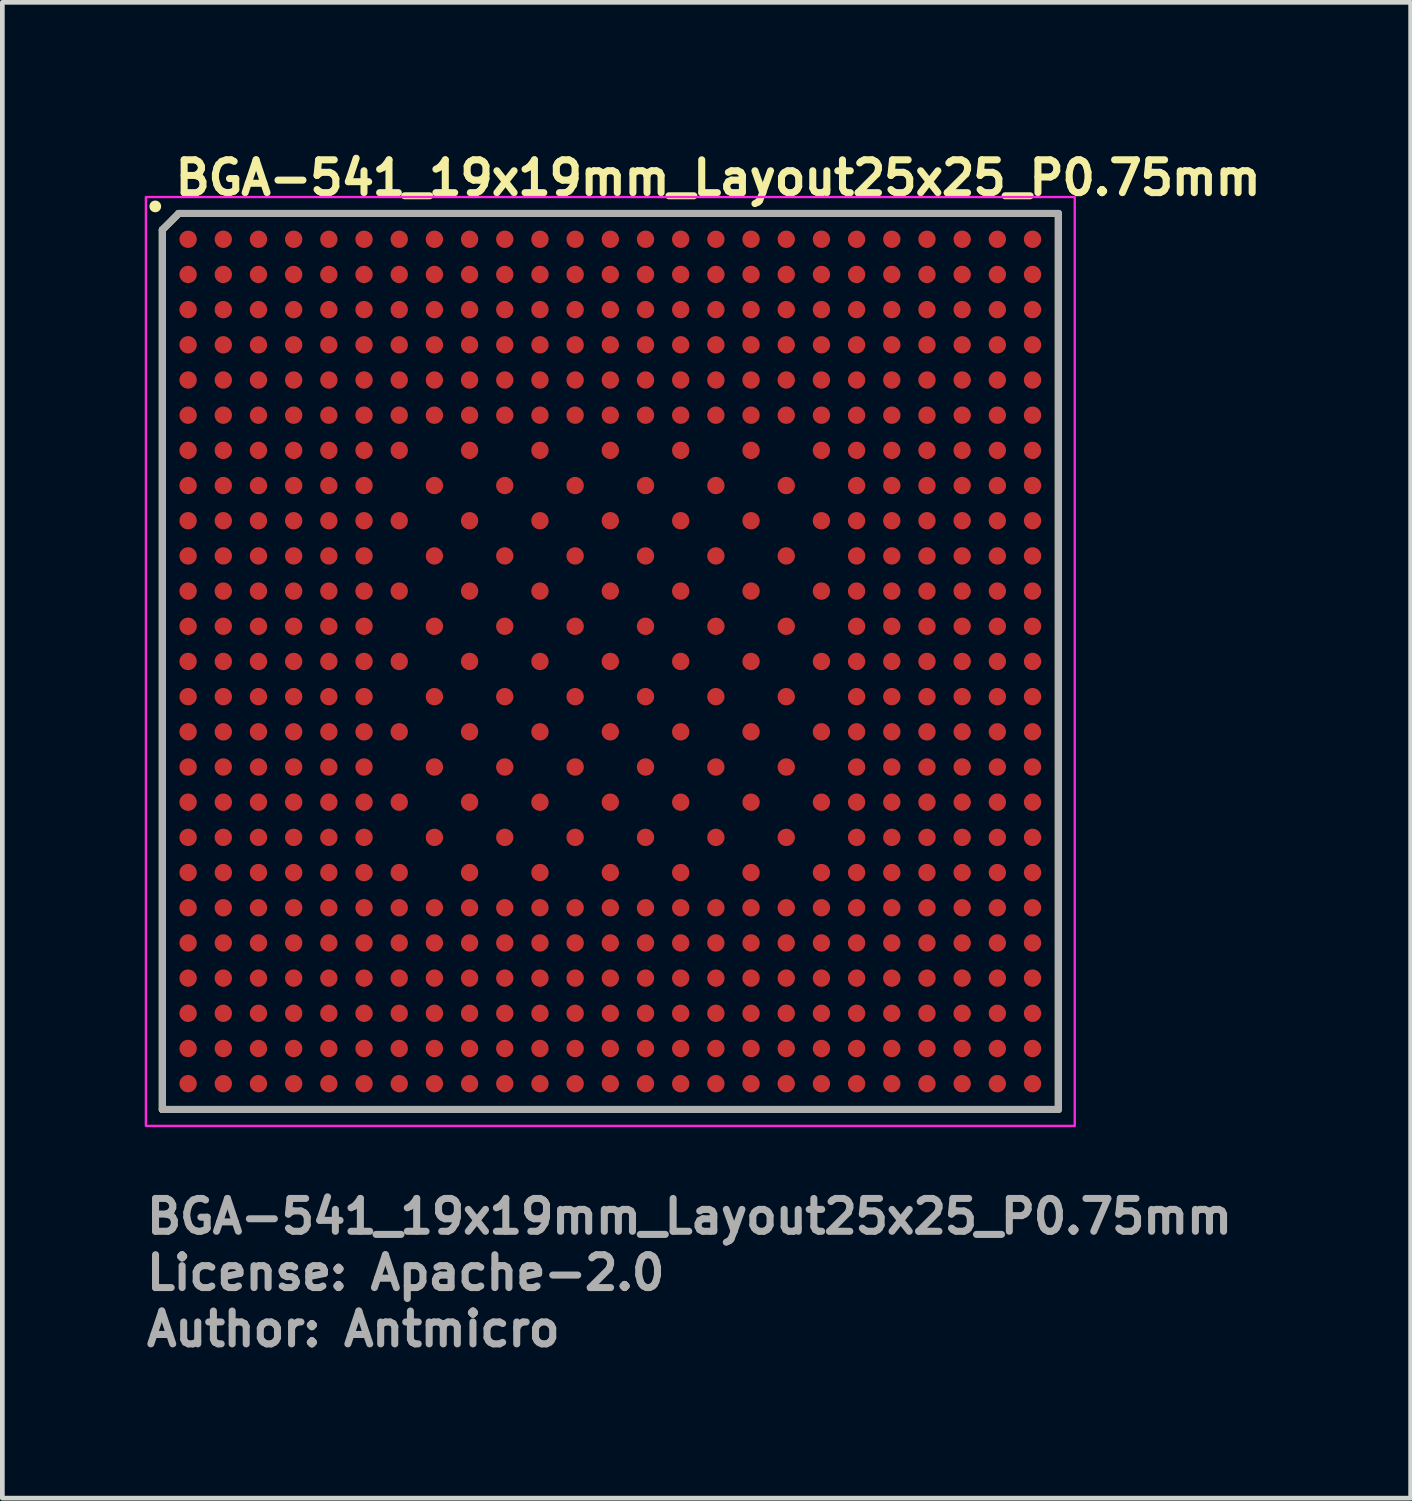
<source format=kicad_pcb>
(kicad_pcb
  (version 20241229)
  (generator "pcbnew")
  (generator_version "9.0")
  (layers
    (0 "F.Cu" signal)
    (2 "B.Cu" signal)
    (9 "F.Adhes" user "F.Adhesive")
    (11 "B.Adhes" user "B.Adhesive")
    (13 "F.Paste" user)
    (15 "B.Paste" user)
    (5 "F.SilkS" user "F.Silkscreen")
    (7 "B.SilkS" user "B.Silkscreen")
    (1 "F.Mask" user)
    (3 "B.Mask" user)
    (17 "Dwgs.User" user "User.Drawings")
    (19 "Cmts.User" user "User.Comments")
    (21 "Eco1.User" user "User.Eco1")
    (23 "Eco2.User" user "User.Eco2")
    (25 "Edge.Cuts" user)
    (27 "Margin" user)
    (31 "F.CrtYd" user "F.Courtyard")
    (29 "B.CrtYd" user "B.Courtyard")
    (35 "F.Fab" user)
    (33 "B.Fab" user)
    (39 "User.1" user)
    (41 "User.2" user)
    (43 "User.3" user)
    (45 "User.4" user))
  (footprint "BGA-541_19x19mm_Layout25x25_P0.75mm"
    (layer "F.Cu")
    (at 9.96 11.05)
    (property "Reference" "BGA-541_19x19mm_Layout25x25_P0.75mm" (at -9.35 -9.9 0) (layer "F.SilkS") (effects (font (size 0.7 0.7) (thickness 0.15)) (justify left bottom)))
    (attr smd)
    (fp_line (start -9.55 -9.2) (end -9.55 9.55) (stroke (width 0.15) (type solid)) (layer "F.SilkS"))
    (fp_line (start -9.55 -9.2) (end -9.2 -9.55) (stroke (width 0.15) (type solid)) (layer "F.SilkS"))
    (fp_line (start -9.55 9.55) (end 9.55 9.55) (stroke (width 0.15) (type solid)) (layer "F.SilkS"))
    (fp_line (start 9.55 -9.55) (end -9.2 -9.55) (stroke (width 0.15) (type solid)) (layer "F.SilkS"))
    (fp_line (start 9.55 9.55) (end 9.55 -9.55) (stroke (width 0.15) (type solid)) (layer "F.SilkS"))
    (fp_circle (center -9.7 -9.7) (end -9.65 -9.7) (stroke (width 0.15) (type solid)) (fill yes) (layer "F.SilkS"))
    (fp_rect (start -9.9 -9.9) (end 9.9 9.9) (stroke (width 0.05) (type solid)) (fill no) (layer "F.CrtYd"))
    (fp_line (start -9.55 -9.2) (end -9.55 9.55) (stroke (width 0.15) (type solid)) (layer "F.Fab"))
    (fp_line (start -9.55 -9.2) (end -9.2 -9.55) (stroke (width 0.15) (type solid)) (layer "F.Fab"))
    (fp_line (start -9.55 9.55) (end 9.55 9.55) (stroke (width 0.15) (type solid)) (layer "F.Fab"))
    (fp_line (start 9.55 -9.55) (end -9.2 -9.55) (stroke (width 0.15) (type solid)) (layer "F.Fab"))
    (fp_line (start 9.55 9.55) (end 9.55 -9.55) (stroke (width 0.15) (type solid)) (layer "F.Fab"))
    (fp_rect (start -9.5 -9.5) (end 9.5 9.5) (stroke (width 0.1) (type solid)) (fill no) (layer "User.5"))
    (fp_line (start -9.5 -9.5) (end 9.5 -9.5) (stroke (width 0.02) (type solid)) (layer "User.9"))
    (fp_line (start -9.5 9.5) (end -9.5 -9.5) (stroke (width 0.02) (type solid)) (layer "User.9"))
    (fp_line (start -9.5 9.5) (end 9.5 9.5) (stroke (width 0.02) (type solid)) (layer "User.9"))
    (fp_line (start 9.5 9.5) (end 9.5 -9.5) (stroke (width 0.02) (type solid)) (layer "User.9"))
    (fp_circle (center -7.13 -7.13) (end -5.95 -7.14) (stroke (width 0.02) (type default)) (fill no) (layer "User.9"))
    (fp_text user "Author: Antmicro" (at -9.96 14.64 0) (layer "F.Fab") (effects (font (size 0.7 0.7) (thickness 0.15)) (justify left bottom)))
    (fp_text user "License: Apache-2.0" (at -9.96 13.44 0) (layer "F.Fab") (effects (font (size 0.7 0.7) (thickness 0.15)) (justify left bottom)))
    (fp_text user "${REFERENCE}" (at -9.96 12.24 0) (layer "F.Fab") (effects (font (size 0.7 0.7) (thickness 0.15)) (justify left bottom)))
    (pad "A1" smd circle (at -9 -9) (size 0.37 0.37) (layers "F.Cu" "F.Mask" "F.Paste"))
    (pad "A2" smd circle (at -8.25 -9) (size 0.37 0.37) (layers "F.Cu" "F.Mask" "F.Paste"))
    (pad "A3" smd circle (at -7.5 -9) (size 0.37 0.37) (layers "F.Cu" "F.Mask" "F.Paste"))
    (pad "A4" smd circle (at -6.75 -9) (size 0.37 0.37) (layers "F.Cu" "F.Mask" "F.Paste"))
    (pad "A5" smd circle (at -6 -9) (size 0.37 0.37) (layers "F.Cu" "F.Mask" "F.Paste"))
    (pad "A6" smd circle (at -5.25 -9) (size 0.37 0.37) (layers "F.Cu" "F.Mask" "F.Paste"))
    (pad "A7" smd circle (at -4.5 -9) (size 0.37 0.37) (layers "F.Cu" "F.Mask" "F.Paste"))
    (pad "A8" smd circle (at -3.75 -9) (size 0.37 0.37) (layers "F.Cu" "F.Mask" "F.Paste"))
    (pad "A9" smd circle (at -3 -9) (size 0.37 0.37) (layers "F.Cu" "F.Mask" "F.Paste"))
    (pad "A10" smd circle (at -2.25 -9) (size 0.37 0.37) (layers "F.Cu" "F.Mask" "F.Paste"))
    (pad "A11" smd circle (at -1.5 -9) (size 0.37 0.37) (layers "F.Cu" "F.Mask" "F.Paste"))
    (pad "A12" smd circle (at -0.75 -9) (size 0.37 0.37) (layers "F.Cu" "F.Mask" "F.Paste"))
    (pad "A13" smd circle (at 0 -9) (size 0.37 0.37) (layers "F.Cu" "F.Mask" "F.Paste"))
    (pad "A14" smd circle (at 0.75 -9) (size 0.37 0.37) (layers "F.Cu" "F.Mask" "F.Paste"))
    (pad "A15" smd circle (at 1.5 -9) (size 0.37 0.37) (layers "F.Cu" "F.Mask" "F.Paste"))
    (pad "A16" smd circle (at 2.25 -9) (size 0.37 0.37) (layers "F.Cu" "F.Mask" "F.Paste"))
    (pad "A17" smd circle (at 3 -9) (size 0.37 0.37) (layers "F.Cu" "F.Mask" "F.Paste"))
    (pad "A18" smd circle (at 3.75 -9) (size 0.37 0.37) (layers "F.Cu" "F.Mask" "F.Paste"))
    (pad "A19" smd circle (at 4.5 -9) (size 0.37 0.37) (layers "F.Cu" "F.Mask" "F.Paste"))
    (pad "A20" smd circle (at 5.25 -9) (size 0.37 0.37) (layers "F.Cu" "F.Mask" "F.Paste"))
    (pad "A21" smd circle (at 6 -9) (size 0.37 0.37) (layers "F.Cu" "F.Mask" "F.Paste"))
    (pad "A22" smd circle (at 6.75 -9) (size 0.37 0.37) (layers "F.Cu" "F.Mask" "F.Paste"))
    (pad "A23" smd circle (at 7.5 -9) (size 0.37 0.37) (layers "F.Cu" "F.Mask" "F.Paste"))
    (pad "A24" smd circle (at 8.25 -9) (size 0.37 0.37) (layers "F.Cu" "F.Mask" "F.Paste"))
    (pad "A25" smd circle (at 9 -9) (size 0.37 0.37) (layers "F.Cu" "F.Mask" "F.Paste"))
    (pad "AA1" smd circle (at -9 6) (size 0.37 0.37) (layers "F.Cu" "F.Mask" "F.Paste"))
    (pad "AA2" smd circle (at -8.25 6) (size 0.37 0.37) (layers "F.Cu" "F.Mask" "F.Paste"))
    (pad "AA3" smd circle (at -7.5 6) (size 0.37 0.37) (layers "F.Cu" "F.Mask" "F.Paste"))
    (pad "AA4" smd circle (at -6.75 6) (size 0.37 0.37) (layers "F.Cu" "F.Mask" "F.Paste"))
    (pad "AA5" smd circle (at -6 6) (size 0.37 0.37) (layers "F.Cu" "F.Mask" "F.Paste"))
    (pad "AA6" smd circle (at -5.25 6) (size 0.37 0.37) (layers "F.Cu" "F.Mask" "F.Paste"))
    (pad "AA7" smd circle (at -4.5 6) (size 0.37 0.37) (layers "F.Cu" "F.Mask" "F.Paste"))
    (pad "AA8" smd circle (at -3.75 6) (size 0.37 0.37) (layers "F.Cu" "F.Mask" "F.Paste"))
    (pad "AA9" smd circle (at -3 6) (size 0.37 0.37) (layers "F.Cu" "F.Mask" "F.Paste"))
    (pad "AA10" smd circle (at -2.25 6) (size 0.37 0.37) (layers "F.Cu" "F.Mask" "F.Paste"))
    (pad "AA11" smd circle (at -1.5 6) (size 0.37 0.37) (layers "F.Cu" "F.Mask" "F.Paste"))
    (pad "AA12" smd circle (at -0.75 6) (size 0.37 0.37) (layers "F.Cu" "F.Mask" "F.Paste"))
    (pad "AA13" smd circle (at 0 6) (size 0.37 0.37) (layers "F.Cu" "F.Mask" "F.Paste"))
    (pad "AA14" smd circle (at 0.75 6) (size 0.37 0.37) (layers "F.Cu" "F.Mask" "F.Paste"))
    (pad "AA15" smd circle (at 1.5 6) (size 0.37 0.37) (layers "F.Cu" "F.Mask" "F.Paste"))
    (pad "AA16" smd circle (at 2.25 6) (size 0.37 0.37) (layers "F.Cu" "F.Mask" "F.Paste"))
    (pad "AA17" smd circle (at 3 6) (size 0.37 0.37) (layers "F.Cu" "F.Mask" "F.Paste"))
    (pad "AA18" smd circle (at 3.75 6) (size 0.37 0.37) (layers "F.Cu" "F.Mask" "F.Paste"))
    (pad "AA19" smd circle (at 4.5 6) (size 0.37 0.37) (layers "F.Cu" "F.Mask" "F.Paste"))
    (pad "AA20" smd circle (at 5.25 6) (size 0.37 0.37) (layers "F.Cu" "F.Mask" "F.Paste"))
    (pad "AA21" smd circle (at 6 6) (size 0.37 0.37) (layers "F.Cu" "F.Mask" "F.Paste"))
    (pad "AA22" smd circle (at 6.75 6) (size 0.37 0.37) (layers "F.Cu" "F.Mask" "F.Paste"))
    (pad "AA23" smd circle (at 7.5 6) (size 0.37 0.37) (layers "F.Cu" "F.Mask" "F.Paste"))
    (pad "AA24" smd circle (at 8.25 6) (size 0.37 0.37) (layers "F.Cu" "F.Mask" "F.Paste"))
    (pad "AA25" smd circle (at 9 6) (size 0.37 0.37) (layers "F.Cu" "F.Mask" "F.Paste"))
    (pad "AB1" smd circle (at -9 6.75) (size 0.37 0.37) (layers "F.Cu" "F.Mask" "F.Paste"))
    (pad "AB2" smd circle (at -8.25 6.75) (size 0.37 0.37) (layers "F.Cu" "F.Mask" "F.Paste"))
    (pad "AB3" smd circle (at -7.5 6.75) (size 0.37 0.37) (layers "F.Cu" "F.Mask" "F.Paste"))
    (pad "AB4" smd circle (at -6.75 6.75) (size 0.37 0.37) (layers "F.Cu" "F.Mask" "F.Paste"))
    (pad "AB5" smd circle (at -6 6.75) (size 0.37 0.37) (layers "F.Cu" "F.Mask" "F.Paste"))
    (pad "AB6" smd circle (at -5.25 6.75) (size 0.37 0.37) (layers "F.Cu" "F.Mask" "F.Paste"))
    (pad "AB7" smd circle (at -4.5 6.75) (size 0.37 0.37) (layers "F.Cu" "F.Mask" "F.Paste"))
    (pad "AB8" smd circle (at -3.75 6.75) (size 0.37 0.37) (layers "F.Cu" "F.Mask" "F.Paste"))
    (pad "AB9" smd circle (at -3 6.75) (size 0.37 0.37) (layers "F.Cu" "F.Mask" "F.Paste"))
    (pad "AB10" smd circle (at -2.25 6.75) (size 0.37 0.37) (layers "F.Cu" "F.Mask" "F.Paste"))
    (pad "AB11" smd circle (at -1.5 6.75) (size 0.37 0.37) (layers "F.Cu" "F.Mask" "F.Paste"))
    (pad "AB12" smd circle (at -0.75 6.75) (size 0.37 0.37) (layers "F.Cu" "F.Mask" "F.Paste"))
    (pad "AB13" smd circle (at 0 6.75) (size 0.37 0.37) (layers "F.Cu" "F.Mask" "F.Paste"))
    (pad "AB14" smd circle (at 0.75 6.75) (size 0.37 0.37) (layers "F.Cu" "F.Mask" "F.Paste"))
    (pad "AB15" smd circle (at 1.5 6.75) (size 0.37 0.37) (layers "F.Cu" "F.Mask" "F.Paste"))
    (pad "AB16" smd circle (at 2.25 6.75) (size 0.37 0.37) (layers "F.Cu" "F.Mask" "F.Paste"))
    (pad "AB17" smd circle (at 3 6.75) (size 0.37 0.37) (layers "F.Cu" "F.Mask" "F.Paste"))
    (pad "AB18" smd circle (at 3.75 6.75) (size 0.37 0.37) (layers "F.Cu" "F.Mask" "F.Paste"))
    (pad "AB19" smd circle (at 4.5 6.75) (size 0.37 0.37) (layers "F.Cu" "F.Mask" "F.Paste"))
    (pad "AB20" smd circle (at 5.25 6.75) (size 0.37 0.37) (layers "F.Cu" "F.Mask" "F.Paste"))
    (pad "AB21" smd circle (at 6 6.75) (size 0.37 0.37) (layers "F.Cu" "F.Mask" "F.Paste"))
    (pad "AB22" smd circle (at 6.75 6.75) (size 0.37 0.37) (layers "F.Cu" "F.Mask" "F.Paste"))
    (pad "AB23" smd circle (at 7.5 6.75) (size 0.37 0.37) (layers "F.Cu" "F.Mask" "F.Paste"))
    (pad "AB24" smd circle (at 8.25 6.75) (size 0.37 0.37) (layers "F.Cu" "F.Mask" "F.Paste"))
    (pad "AB25" smd circle (at 9 6.75) (size 0.37 0.37) (layers "F.Cu" "F.Mask" "F.Paste"))
    (pad "AC1" smd circle (at -9 7.5) (size 0.37 0.37) (layers "F.Cu" "F.Mask" "F.Paste"))
    (pad "AC2" smd circle (at -8.25 7.5) (size 0.37 0.37) (layers "F.Cu" "F.Mask" "F.Paste"))
    (pad "AC3" smd circle (at -7.5 7.5) (size 0.37 0.37) (layers "F.Cu" "F.Mask" "F.Paste"))
    (pad "AC4" smd circle (at -6.75 7.5) (size 0.37 0.37) (layers "F.Cu" "F.Mask" "F.Paste"))
    (pad "AC5" smd circle (at -6 7.5) (size 0.37 0.37) (layers "F.Cu" "F.Mask" "F.Paste"))
    (pad "AC6" smd circle (at -5.25 7.5) (size 0.37 0.37) (layers "F.Cu" "F.Mask" "F.Paste"))
    (pad "AC7" smd circle (at -4.5 7.5) (size 0.37 0.37) (layers "F.Cu" "F.Mask" "F.Paste"))
    (pad "AC8" smd circle (at -3.75 7.5) (size 0.37 0.37) (layers "F.Cu" "F.Mask" "F.Paste"))
    (pad "AC9" smd circle (at -3 7.5) (size 0.37 0.37) (layers "F.Cu" "F.Mask" "F.Paste"))
    (pad "AC10" smd circle (at -2.25 7.5) (size 0.37 0.37) (layers "F.Cu" "F.Mask" "F.Paste"))
    (pad "AC11" smd circle (at -1.5 7.5) (size 0.37 0.37) (layers "F.Cu" "F.Mask" "F.Paste"))
    (pad "AC12" smd circle (at -0.75 7.5) (size 0.37 0.37) (layers "F.Cu" "F.Mask" "F.Paste"))
    (pad "AC13" smd circle (at 0 7.5) (size 0.37 0.37) (layers "F.Cu" "F.Mask" "F.Paste"))
    (pad "AC14" smd circle (at 0.75 7.5) (size 0.37 0.37) (layers "F.Cu" "F.Mask" "F.Paste"))
    (pad "AC15" smd circle (at 1.5 7.5) (size 0.37 0.37) (layers "F.Cu" "F.Mask" "F.Paste"))
    (pad "AC16" smd circle (at 2.25 7.5) (size 0.37 0.37) (layers "F.Cu" "F.Mask" "F.Paste"))
    (pad "AC17" smd circle (at 3 7.5) (size 0.37 0.37) (layers "F.Cu" "F.Mask" "F.Paste"))
    (pad "AC18" smd circle (at 3.75 7.5) (size 0.37 0.37) (layers "F.Cu" "F.Mask" "F.Paste"))
    (pad "AC19" smd circle (at 4.5 7.5) (size 0.37 0.37) (layers "F.Cu" "F.Mask" "F.Paste"))
    (pad "AC20" smd circle (at 5.25 7.5) (size 0.37 0.37) (layers "F.Cu" "F.Mask" "F.Paste"))
    (pad "AC21" smd circle (at 6 7.5) (size 0.37 0.37) (layers "F.Cu" "F.Mask" "F.Paste"))
    (pad "AC22" smd circle (at 6.75 7.5) (size 0.37 0.37) (layers "F.Cu" "F.Mask" "F.Paste"))
    (pad "AC23" smd circle (at 7.5 7.5) (size 0.37 0.37) (layers "F.Cu" "F.Mask" "F.Paste"))
    (pad "AC24" smd circle (at 8.25 7.5) (size 0.37 0.37) (layers "F.Cu" "F.Mask" "F.Paste"))
    (pad "AC25" smd circle (at 9 7.5) (size 0.37 0.37) (layers "F.Cu" "F.Mask" "F.Paste"))
    (pad "AD1" smd circle (at -9 8.25) (size 0.37 0.37) (layers "F.Cu" "F.Mask" "F.Paste"))
    (pad "AD2" smd circle (at -8.25 8.25) (size 0.37 0.37) (layers "F.Cu" "F.Mask" "F.Paste"))
    (pad "AD3" smd circle (at -7.5 8.25) (size 0.37 0.37) (layers "F.Cu" "F.Mask" "F.Paste"))
    (pad "AD4" smd circle (at -6.75 8.25) (size 0.37 0.37) (layers "F.Cu" "F.Mask" "F.Paste"))
    (pad "AD5" smd circle (at -6 8.25) (size 0.37 0.37) (layers "F.Cu" "F.Mask" "F.Paste"))
    (pad "AD6" smd circle (at -5.25 8.25) (size 0.37 0.37) (layers "F.Cu" "F.Mask" "F.Paste"))
    (pad "AD7" smd circle (at -4.5 8.25) (size 0.37 0.37) (layers "F.Cu" "F.Mask" "F.Paste"))
    (pad "AD8" smd circle (at -3.75 8.25) (size 0.37 0.37) (layers "F.Cu" "F.Mask" "F.Paste"))
    (pad "AD9" smd circle (at -3 8.25) (size 0.37 0.37) (layers "F.Cu" "F.Mask" "F.Paste"))
    (pad "AD10" smd circle (at -2.25 8.25) (size 0.37 0.37) (layers "F.Cu" "F.Mask" "F.Paste"))
    (pad "AD11" smd circle (at -1.5 8.25) (size 0.37 0.37) (layers "F.Cu" "F.Mask" "F.Paste"))
    (pad "AD12" smd circle (at -0.75 8.25) (size 0.37 0.37) (layers "F.Cu" "F.Mask" "F.Paste"))
    (pad "AD13" smd circle (at 0 8.25) (size 0.37 0.37) (layers "F.Cu" "F.Mask" "F.Paste"))
    (pad "AD14" smd circle (at 0.75 8.25) (size 0.37 0.37) (layers "F.Cu" "F.Mask" "F.Paste"))
    (pad "AD15" smd circle (at 1.5 8.25) (size 0.37 0.37) (layers "F.Cu" "F.Mask" "F.Paste"))
    (pad "AD16" smd circle (at 2.25 8.25) (size 0.37 0.37) (layers "F.Cu" "F.Mask" "F.Paste"))
    (pad "AD17" smd circle (at 3 8.25) (size 0.37 0.37) (layers "F.Cu" "F.Mask" "F.Paste"))
    (pad "AD18" smd circle (at 3.75 8.25) (size 0.37 0.37) (layers "F.Cu" "F.Mask" "F.Paste"))
    (pad "AD19" smd circle (at 4.5 8.25) (size 0.37 0.37) (layers "F.Cu" "F.Mask" "F.Paste"))
    (pad "AD20" smd circle (at 5.25 8.25) (size 0.37 0.37) (layers "F.Cu" "F.Mask" "F.Paste"))
    (pad "AD21" smd circle (at 6 8.25) (size 0.37 0.37) (layers "F.Cu" "F.Mask" "F.Paste"))
    (pad "AD22" smd circle (at 6.75 8.25) (size 0.37 0.37) (layers "F.Cu" "F.Mask" "F.Paste"))
    (pad "AD23" smd circle (at 7.5 8.25) (size 0.37 0.37) (layers "F.Cu" "F.Mask" "F.Paste"))
    (pad "AD24" smd circle (at 8.25 8.25) (size 0.37 0.37) (layers "F.Cu" "F.Mask" "F.Paste"))
    (pad "AD25" smd circle (at 9 8.25) (size 0.37 0.37) (layers "F.Cu" "F.Mask" "F.Paste"))
    (pad "AE1" smd circle (at -9 9) (size 0.37 0.37) (layers "F.Cu" "F.Mask" "F.Paste"))
    (pad "AE2" smd circle (at -8.25 9) (size 0.37 0.37) (layers "F.Cu" "F.Mask" "F.Paste"))
    (pad "AE3" smd circle (at -7.5 9) (size 0.37 0.37) (layers "F.Cu" "F.Mask" "F.Paste"))
    (pad "AE4" smd circle (at -6.75 9) (size 0.37 0.37) (layers "F.Cu" "F.Mask" "F.Paste"))
    (pad "AE5" smd circle (at -6 9) (size 0.37 0.37) (layers "F.Cu" "F.Mask" "F.Paste"))
    (pad "AE6" smd circle (at -5.25 9) (size 0.37 0.37) (layers "F.Cu" "F.Mask" "F.Paste"))
    (pad "AE7" smd circle (at -4.5 9) (size 0.37 0.37) (layers "F.Cu" "F.Mask" "F.Paste"))
    (pad "AE8" smd circle (at -3.75 9) (size 0.37 0.37) (layers "F.Cu" "F.Mask" "F.Paste"))
    (pad "AE9" smd circle (at -3 9) (size 0.37 0.37) (layers "F.Cu" "F.Mask" "F.Paste"))
    (pad "AE10" smd circle (at -2.25 9) (size 0.37 0.37) (layers "F.Cu" "F.Mask" "F.Paste"))
    (pad "AE11" smd circle (at -1.5 9) (size 0.37 0.37) (layers "F.Cu" "F.Mask" "F.Paste"))
    (pad "AE12" smd circle (at -0.75 9) (size 0.37 0.37) (layers "F.Cu" "F.Mask" "F.Paste"))
    (pad "AE13" smd circle (at 0 9) (size 0.37 0.37) (layers "F.Cu" "F.Mask" "F.Paste"))
    (pad "AE14" smd circle (at 0.75 9) (size 0.37 0.37) (layers "F.Cu" "F.Mask" "F.Paste"))
    (pad "AE15" smd circle (at 1.5 9) (size 0.37 0.37) (layers "F.Cu" "F.Mask" "F.Paste"))
    (pad "AE16" smd circle (at 2.25 9) (size 0.37 0.37) (layers "F.Cu" "F.Mask" "F.Paste"))
    (pad "AE17" smd circle (at 3 9) (size 0.37 0.37) (layers "F.Cu" "F.Mask" "F.Paste"))
    (pad "AE18" smd circle (at 3.75 9) (size 0.37 0.37) (layers "F.Cu" "F.Mask" "F.Paste"))
    (pad "AE19" smd circle (at 4.5 9) (size 0.37 0.37) (layers "F.Cu" "F.Mask" "F.Paste"))
    (pad "AE20" smd circle (at 5.25 9) (size 0.37 0.37) (layers "F.Cu" "F.Mask" "F.Paste"))
    (pad "AE21" smd circle (at 6 9) (size 0.37 0.37) (layers "F.Cu" "F.Mask" "F.Paste"))
    (pad "AE22" smd circle (at 6.75 9) (size 0.37 0.37) (layers "F.Cu" "F.Mask" "F.Paste"))
    (pad "AE23" smd circle (at 7.5 9) (size 0.37 0.37) (layers "F.Cu" "F.Mask" "F.Paste"))
    (pad "AE24" smd circle (at 8.25 9) (size 0.37 0.37) (layers "F.Cu" "F.Mask" "F.Paste"))
    (pad "AE25" smd circle (at 9 9) (size 0.37 0.37) (layers "F.Cu" "F.Mask" "F.Paste"))
    (pad "B1" smd circle (at -9 -8.25) (size 0.37 0.37) (layers "F.Cu" "F.Mask" "F.Paste"))
    (pad "B2" smd circle (at -8.25 -8.25) (size 0.37 0.37) (layers "F.Cu" "F.Mask" "F.Paste"))
    (pad "B3" smd circle (at -7.5 -8.25) (size 0.37 0.37) (layers "F.Cu" "F.Mask" "F.Paste"))
    (pad "B4" smd circle (at -6.75 -8.25) (size 0.37 0.37) (layers "F.Cu" "F.Mask" "F.Paste"))
    (pad "B5" smd circle (at -6 -8.25) (size 0.37 0.37) (layers "F.Cu" "F.Mask" "F.Paste"))
    (pad "B6" smd circle (at -5.25 -8.25) (size 0.37 0.37) (layers "F.Cu" "F.Mask" "F.Paste"))
    (pad "B7" smd circle (at -4.5 -8.25) (size 0.37 0.37) (layers "F.Cu" "F.Mask" "F.Paste"))
    (pad "B8" smd circle (at -3.75 -8.25) (size 0.37 0.37) (layers "F.Cu" "F.Mask" "F.Paste"))
    (pad "B9" smd circle (at -3 -8.25) (size 0.37 0.37) (layers "F.Cu" "F.Mask" "F.Paste"))
    (pad "B10" smd circle (at -2.25 -8.25) (size 0.37 0.37) (layers "F.Cu" "F.Mask" "F.Paste"))
    (pad "B11" smd circle (at -1.5 -8.25) (size 0.37 0.37) (layers "F.Cu" "F.Mask" "F.Paste"))
    (pad "B12" smd circle (at -0.75 -8.25) (size 0.37 0.37) (layers "F.Cu" "F.Mask" "F.Paste"))
    (pad "B13" smd circle (at 0 -8.25) (size 0.37 0.37) (layers "F.Cu" "F.Mask" "F.Paste"))
    (pad "B14" smd circle (at 0.75 -8.25) (size 0.37 0.37) (layers "F.Cu" "F.Mask" "F.Paste"))
    (pad "B15" smd circle (at 1.5 -8.25) (size 0.37 0.37) (layers "F.Cu" "F.Mask" "F.Paste"))
    (pad "B16" smd circle (at 2.25 -8.25) (size 0.37 0.37) (layers "F.Cu" "F.Mask" "F.Paste"))
    (pad "B17" smd circle (at 3 -8.25) (size 0.37 0.37) (layers "F.Cu" "F.Mask" "F.Paste"))
    (pad "B18" smd circle (at 3.75 -8.25) (size 0.37 0.37) (layers "F.Cu" "F.Mask" "F.Paste"))
    (pad "B19" smd circle (at 4.5 -8.25) (size 0.37 0.37) (layers "F.Cu" "F.Mask" "F.Paste"))
    (pad "B20" smd circle (at 5.25 -8.25) (size 0.37 0.37) (layers "F.Cu" "F.Mask" "F.Paste"))
    (pad "B21" smd circle (at 6 -8.25) (size 0.37 0.37) (layers "F.Cu" "F.Mask" "F.Paste"))
    (pad "B22" smd circle (at 6.75 -8.25) (size 0.37 0.37) (layers "F.Cu" "F.Mask" "F.Paste"))
    (pad "B23" smd circle (at 7.5 -8.25) (size 0.37 0.37) (layers "F.Cu" "F.Mask" "F.Paste"))
    (pad "B24" smd circle (at 8.25 -8.25) (size 0.37 0.37) (layers "F.Cu" "F.Mask" "F.Paste"))
    (pad "B25" smd circle (at 9 -8.25) (size 0.37 0.37) (layers "F.Cu" "F.Mask" "F.Paste"))
    (pad "C1" smd circle (at -9 -7.5) (size 0.37 0.37) (layers "F.Cu" "F.Mask" "F.Paste"))
    (pad "C2" smd circle (at -8.25 -7.5) (size 0.37 0.37) (layers "F.Cu" "F.Mask" "F.Paste"))
    (pad "C3" smd circle (at -7.5 -7.5) (size 0.37 0.37) (layers "F.Cu" "F.Mask" "F.Paste"))
    (pad "C4" smd circle (at -6.75 -7.5) (size 0.37 0.37) (layers "F.Cu" "F.Mask" "F.Paste"))
    (pad "C5" smd circle (at -6 -7.5) (size 0.37 0.37) (layers "F.Cu" "F.Mask" "F.Paste"))
    (pad "C6" smd circle (at -5.25 -7.5) (size 0.37 0.37) (layers "F.Cu" "F.Mask" "F.Paste"))
    (pad "C7" smd circle (at -4.5 -7.5) (size 0.37 0.37) (layers "F.Cu" "F.Mask" "F.Paste"))
    (pad "C8" smd circle (at -3.75 -7.5) (size 0.37 0.37) (layers "F.Cu" "F.Mask" "F.Paste"))
    (pad "C9" smd circle (at -3 -7.5) (size 0.37 0.37) (layers "F.Cu" "F.Mask" "F.Paste"))
    (pad "C10" smd circle (at -2.25 -7.5) (size 0.37 0.37) (layers "F.Cu" "F.Mask" "F.Paste"))
    (pad "C11" smd circle (at -1.5 -7.5) (size 0.37 0.37) (layers "F.Cu" "F.Mask" "F.Paste"))
    (pad "C12" smd circle (at -0.75 -7.5) (size 0.37 0.37) (layers "F.Cu" "F.Mask" "F.Paste"))
    (pad "C13" smd circle (at 0 -7.5) (size 0.37 0.37) (layers "F.Cu" "F.Mask" "F.Paste"))
    (pad "C14" smd circle (at 0.75 -7.5) (size 0.37 0.37) (layers "F.Cu" "F.Mask" "F.Paste"))
    (pad "C15" smd circle (at 1.5 -7.5) (size 0.37 0.37) (layers "F.Cu" "F.Mask" "F.Paste"))
    (pad "C16" smd circle (at 2.25 -7.5) (size 0.37 0.37) (layers "F.Cu" "F.Mask" "F.Paste"))
    (pad "C17" smd circle (at 3 -7.5) (size 0.37 0.37) (layers "F.Cu" "F.Mask" "F.Paste"))
    (pad "C18" smd circle (at 3.75 -7.5) (size 0.37 0.37) (layers "F.Cu" "F.Mask" "F.Paste"))
    (pad "C19" smd circle (at 4.5 -7.5) (size 0.37 0.37) (layers "F.Cu" "F.Mask" "F.Paste"))
    (pad "C20" smd circle (at 5.25 -7.5) (size 0.37 0.37) (layers "F.Cu" "F.Mask" "F.Paste"))
    (pad "C21" smd circle (at 6 -7.5) (size 0.37 0.37) (layers "F.Cu" "F.Mask" "F.Paste"))
    (pad "C22" smd circle (at 6.75 -7.5) (size 0.37 0.37) (layers "F.Cu" "F.Mask" "F.Paste"))
    (pad "C23" smd circle (at 7.5 -7.5) (size 0.37 0.37) (layers "F.Cu" "F.Mask" "F.Paste"))
    (pad "C24" smd circle (at 8.25 -7.5) (size 0.37 0.37) (layers "F.Cu" "F.Mask" "F.Paste"))
    (pad "C25" smd circle (at 9 -7.5) (size 0.37 0.37) (layers "F.Cu" "F.Mask" "F.Paste"))
    (pad "D1" smd circle (at -9 -6.75) (size 0.37 0.37) (layers "F.Cu" "F.Mask" "F.Paste"))
    (pad "D2" smd circle (at -8.25 -6.75) (size 0.37 0.37) (layers "F.Cu" "F.Mask" "F.Paste"))
    (pad "D3" smd circle (at -7.5 -6.75) (size 0.37 0.37) (layers "F.Cu" "F.Mask" "F.Paste"))
    (pad "D4" smd circle (at -6.75 -6.75) (size 0.37 0.37) (layers "F.Cu" "F.Mask" "F.Paste"))
    (pad "D5" smd circle (at -6 -6.75) (size 0.37 0.37) (layers "F.Cu" "F.Mask" "F.Paste"))
    (pad "D6" smd circle (at -5.25 -6.75) (size 0.37 0.37) (layers "F.Cu" "F.Mask" "F.Paste"))
    (pad "D7" smd circle (at -4.5 -6.75) (size 0.37 0.37) (layers "F.Cu" "F.Mask" "F.Paste"))
    (pad "D8" smd circle (at -3.75 -6.75) (size 0.37 0.37) (layers "F.Cu" "F.Mask" "F.Paste"))
    (pad "D9" smd circle (at -3 -6.75) (size 0.37 0.37) (layers "F.Cu" "F.Mask" "F.Paste"))
    (pad "D10" smd circle (at -2.25 -6.75) (size 0.37 0.37) (layers "F.Cu" "F.Mask" "F.Paste"))
    (pad "D11" smd circle (at -1.5 -6.75) (size 0.37 0.37) (layers "F.Cu" "F.Mask" "F.Paste"))
    (pad "D12" smd circle (at -0.75 -6.75) (size 0.37 0.37) (layers "F.Cu" "F.Mask" "F.Paste"))
    (pad "D13" smd circle (at 0 -6.75) (size 0.37 0.37) (layers "F.Cu" "F.Mask" "F.Paste"))
    (pad "D14" smd circle (at 0.75 -6.75) (size 0.37 0.37) (layers "F.Cu" "F.Mask" "F.Paste"))
    (pad "D15" smd circle (at 1.5 -6.75) (size 0.37 0.37) (layers "F.Cu" "F.Mask" "F.Paste"))
    (pad "D16" smd circle (at 2.25 -6.75) (size 0.37 0.37) (layers "F.Cu" "F.Mask" "F.Paste"))
    (pad "D17" smd circle (at 3 -6.75) (size 0.37 0.37) (layers "F.Cu" "F.Mask" "F.Paste"))
    (pad "D18" smd circle (at 3.75 -6.75) (size 0.37 0.37) (layers "F.Cu" "F.Mask" "F.Paste"))
    (pad "D19" smd circle (at 4.5 -6.75) (size 0.37 0.37) (layers "F.Cu" "F.Mask" "F.Paste"))
    (pad "D20" smd circle (at 5.25 -6.75) (size 0.37 0.37) (layers "F.Cu" "F.Mask" "F.Paste"))
    (pad "D21" smd circle (at 6 -6.75) (size 0.37 0.37) (layers "F.Cu" "F.Mask" "F.Paste"))
    (pad "D22" smd circle (at 6.75 -6.75) (size 0.37 0.37) (layers "F.Cu" "F.Mask" "F.Paste"))
    (pad "D23" smd circle (at 7.5 -6.75) (size 0.37 0.37) (layers "F.Cu" "F.Mask" "F.Paste"))
    (pad "D24" smd circle (at 8.25 -6.75) (size 0.37 0.37) (layers "F.Cu" "F.Mask" "F.Paste"))
    (pad "D25" smd circle (at 9 -6.75) (size 0.37 0.37) (layers "F.Cu" "F.Mask" "F.Paste"))
    (pad "E1" smd circle (at -9 -6) (size 0.37 0.37) (layers "F.Cu" "F.Mask" "F.Paste"))
    (pad "E2" smd circle (at -8.25 -6) (size 0.37 0.37) (layers "F.Cu" "F.Mask" "F.Paste"))
    (pad "E3" smd circle (at -7.5 -6) (size 0.37 0.37) (layers "F.Cu" "F.Mask" "F.Paste"))
    (pad "E4" smd circle (at -6.75 -6) (size 0.37 0.37) (layers "F.Cu" "F.Mask" "F.Paste"))
    (pad "E5" smd circle (at -6 -6) (size 0.37 0.37) (layers "F.Cu" "F.Mask" "F.Paste"))
    (pad "E6" smd circle (at -5.25 -6) (size 0.37 0.37) (layers "F.Cu" "F.Mask" "F.Paste"))
    (pad "E7" smd circle (at -4.5 -6) (size 0.37 0.37) (layers "F.Cu" "F.Mask" "F.Paste"))
    (pad "E8" smd circle (at -3.75 -6) (size 0.37 0.37) (layers "F.Cu" "F.Mask" "F.Paste"))
    (pad "E9" smd circle (at -3 -6) (size 0.37 0.37) (layers "F.Cu" "F.Mask" "F.Paste"))
    (pad "E10" smd circle (at -2.25 -6) (size 0.37 0.37) (layers "F.Cu" "F.Mask" "F.Paste"))
    (pad "E11" smd circle (at -1.5 -6) (size 0.37 0.37) (layers "F.Cu" "F.Mask" "F.Paste"))
    (pad "E12" smd circle (at -0.75 -6) (size 0.37 0.37) (layers "F.Cu" "F.Mask" "F.Paste"))
    (pad "E13" smd circle (at 0 -6) (size 0.37 0.37) (layers "F.Cu" "F.Mask" "F.Paste"))
    (pad "E14" smd circle (at 0.75 -6) (size 0.37 0.37) (layers "F.Cu" "F.Mask" "F.Paste"))
    (pad "E15" smd circle (at 1.5 -6) (size 0.37 0.37) (layers "F.Cu" "F.Mask" "F.Paste"))
    (pad "E16" smd circle (at 2.25 -6) (size 0.37 0.37) (layers "F.Cu" "F.Mask" "F.Paste"))
    (pad "E17" smd circle (at 3 -6) (size 0.37 0.37) (layers "F.Cu" "F.Mask" "F.Paste"))
    (pad "E18" smd circle (at 3.75 -6) (size 0.37 0.37) (layers "F.Cu" "F.Mask" "F.Paste"))
    (pad "E19" smd circle (at 4.5 -6) (size 0.37 0.37) (layers "F.Cu" "F.Mask" "F.Paste"))
    (pad "E20" smd circle (at 5.25 -6) (size 0.37 0.37) (layers "F.Cu" "F.Mask" "F.Paste"))
    (pad "E21" smd circle (at 6 -6) (size 0.37 0.37) (layers "F.Cu" "F.Mask" "F.Paste"))
    (pad "E22" smd circle (at 6.75 -6) (size 0.37 0.37) (layers "F.Cu" "F.Mask" "F.Paste"))
    (pad "E23" smd circle (at 7.5 -6) (size 0.37 0.37) (layers "F.Cu" "F.Mask" "F.Paste"))
    (pad "E24" smd circle (at 8.25 -6) (size 0.37 0.37) (layers "F.Cu" "F.Mask" "F.Paste"))
    (pad "E25" smd circle (at 9 -6) (size 0.37 0.37) (layers "F.Cu" "F.Mask" "F.Paste"))
    (pad "F1" smd circle (at -9 -5.25) (size 0.37 0.37) (layers "F.Cu" "F.Mask" "F.Paste"))
    (pad "F2" smd circle (at -8.25 -5.25) (size 0.37 0.37) (layers "F.Cu" "F.Mask" "F.Paste"))
    (pad "F3" smd circle (at -7.5 -5.25) (size 0.37 0.37) (layers "F.Cu" "F.Mask" "F.Paste"))
    (pad "F4" smd circle (at -6.75 -5.25) (size 0.37 0.37) (layers "F.Cu" "F.Mask" "F.Paste"))
    (pad "F5" smd circle (at -6 -5.25) (size 0.37 0.37) (layers "F.Cu" "F.Mask" "F.Paste"))
    (pad "F6" smd circle (at -5.25 -5.25) (size 0.37 0.37) (layers "F.Cu" "F.Mask" "F.Paste"))
    (pad "F7" smd circle (at -4.5 -5.25) (size 0.37 0.37) (layers "F.Cu" "F.Mask" "F.Paste"))
    (pad "F8" smd circle (at -3.75 -5.25) (size 0.37 0.37) (layers "F.Cu" "F.Mask" "F.Paste"))
    (pad "F9" smd circle (at -3 -5.25) (size 0.37 0.37) (layers "F.Cu" "F.Mask" "F.Paste"))
    (pad "F10" smd circle (at -2.25 -5.25) (size 0.37 0.37) (layers "F.Cu" "F.Mask" "F.Paste"))
    (pad "F11" smd circle (at -1.5 -5.25) (size 0.37 0.37) (layers "F.Cu" "F.Mask" "F.Paste"))
    (pad "F12" smd circle (at -0.75 -5.25) (size 0.37 0.37) (layers "F.Cu" "F.Mask" "F.Paste"))
    (pad "F13" smd circle (at 0 -5.25) (size 0.37 0.37) (layers "F.Cu" "F.Mask" "F.Paste"))
    (pad "F14" smd circle (at 0.75 -5.25) (size 0.37 0.37) (layers "F.Cu" "F.Mask" "F.Paste"))
    (pad "F15" smd circle (at 1.5 -5.25) (size 0.37 0.37) (layers "F.Cu" "F.Mask" "F.Paste"))
    (pad "F16" smd circle (at 2.25 -5.25) (size 0.37 0.37) (layers "F.Cu" "F.Mask" "F.Paste"))
    (pad "F17" smd circle (at 3 -5.25) (size 0.37 0.37) (layers "F.Cu" "F.Mask" "F.Paste"))
    (pad "F18" smd circle (at 3.75 -5.25) (size 0.37 0.37) (layers "F.Cu" "F.Mask" "F.Paste"))
    (pad "F19" smd circle (at 4.5 -5.25) (size 0.37 0.37) (layers "F.Cu" "F.Mask" "F.Paste"))
    (pad "F20" smd circle (at 5.25 -5.25) (size 0.37 0.37) (layers "F.Cu" "F.Mask" "F.Paste"))
    (pad "F21" smd circle (at 6 -5.25) (size 0.37 0.37) (layers "F.Cu" "F.Mask" "F.Paste"))
    (pad "F22" smd circle (at 6.75 -5.25) (size 0.37 0.37) (layers "F.Cu" "F.Mask" "F.Paste"))
    (pad "F23" smd circle (at 7.5 -5.25) (size 0.37 0.37) (layers "F.Cu" "F.Mask" "F.Paste"))
    (pad "F24" smd circle (at 8.25 -5.25) (size 0.37 0.37) (layers "F.Cu" "F.Mask" "F.Paste"))
    (pad "F25" smd circle (at 9 -5.25) (size 0.37 0.37) (layers "F.Cu" "F.Mask" "F.Paste"))
    (pad "G1" smd circle (at -9 -4.5) (size 0.37 0.37) (layers "F.Cu" "F.Mask" "F.Paste"))
    (pad "G2" smd circle (at -8.25 -4.5) (size 0.37 0.37) (layers "F.Cu" "F.Mask" "F.Paste"))
    (pad "G3" smd circle (at -7.5 -4.5) (size 0.37 0.37) (layers "F.Cu" "F.Mask" "F.Paste"))
    (pad "G4" smd circle (at -6.75 -4.5) (size 0.37 0.37) (layers "F.Cu" "F.Mask" "F.Paste"))
    (pad "G5" smd circle (at -6 -4.5) (size 0.37 0.37) (layers "F.Cu" "F.Mask" "F.Paste"))
    (pad "G6" smd circle (at -5.25 -4.5) (size 0.37 0.37) (layers "F.Cu" "F.Mask" "F.Paste"))
    (pad "G7" smd circle (at -4.5 -4.5) (size 0.37 0.37) (layers "F.Cu" "F.Mask" "F.Paste"))
    (pad "G9" smd circle (at -3 -4.5) (size 0.37 0.37) (layers "F.Cu" "F.Mask" "F.Paste"))
    (pad "G11" smd circle (at -1.5 -4.5) (size 0.37 0.37) (layers "F.Cu" "F.Mask" "F.Paste"))
    (pad "G13" smd circle (at 0 -4.5) (size 0.37 0.37) (layers "F.Cu" "F.Mask" "F.Paste"))
    (pad "G15" smd circle (at 1.5 -4.5) (size 0.37 0.37) (layers "F.Cu" "F.Mask" "F.Paste"))
    (pad "G17" smd circle (at 3 -4.5) (size 0.37 0.37) (layers "F.Cu" "F.Mask" "F.Paste"))
    (pad "G19" smd circle (at 4.5 -4.5) (size 0.37 0.37) (layers "F.Cu" "F.Mask" "F.Paste"))
    (pad "G20" smd circle (at 5.25 -4.5) (size 0.37 0.37) (layers "F.Cu" "F.Mask" "F.Paste"))
    (pad "G21" smd circle (at 6 -4.5) (size 0.37 0.37) (layers "F.Cu" "F.Mask" "F.Paste"))
    (pad "G22" smd circle (at 6.75 -4.5) (size 0.37 0.37) (layers "F.Cu" "F.Mask" "F.Paste"))
    (pad "G23" smd circle (at 7.5 -4.5) (size 0.37 0.37) (layers "F.Cu" "F.Mask" "F.Paste"))
    (pad "G24" smd circle (at 8.25 -4.5) (size 0.37 0.37) (layers "F.Cu" "F.Mask" "F.Paste"))
    (pad "G25" smd circle (at 9 -4.5) (size 0.37 0.37) (layers "F.Cu" "F.Mask" "F.Paste"))
    (pad "H1" smd circle (at -9 -3.75) (size 0.37 0.37) (layers "F.Cu" "F.Mask" "F.Paste"))
    (pad "H2" smd circle (at -8.25 -3.75) (size 0.37 0.37) (layers "F.Cu" "F.Mask" "F.Paste"))
    (pad "H3" smd circle (at -7.5 -3.75) (size 0.37 0.37) (layers "F.Cu" "F.Mask" "F.Paste"))
    (pad "H4" smd circle (at -6.75 -3.75) (size 0.37 0.37) (layers "F.Cu" "F.Mask" "F.Paste"))
    (pad "H5" smd circle (at -6 -3.75) (size 0.37 0.37) (layers "F.Cu" "F.Mask" "F.Paste"))
    (pad "H6" smd circle (at -5.25 -3.75) (size 0.37 0.37) (layers "F.Cu" "F.Mask" "F.Paste"))
    (pad "H8" smd circle (at -3.75 -3.75) (size 0.37 0.37) (layers "F.Cu" "F.Mask" "F.Paste"))
    (pad "H10" smd circle (at -2.25 -3.75) (size 0.37 0.37) (layers "F.Cu" "F.Mask" "F.Paste"))
    (pad "H12" smd circle (at -0.75 -3.75) (size 0.37 0.37) (layers "F.Cu" "F.Mask" "F.Paste"))
    (pad "H14" smd circle (at 0.75 -3.75) (size 0.37 0.37) (layers "F.Cu" "F.Mask" "F.Paste"))
    (pad "H16" smd circle (at 2.25 -3.75) (size 0.37 0.37) (layers "F.Cu" "F.Mask" "F.Paste"))
    (pad "H18" smd circle (at 3.75 -3.75) (size 0.37 0.37) (layers "F.Cu" "F.Mask" "F.Paste"))
    (pad "H20" smd circle (at 5.25 -3.75) (size 0.37 0.37) (layers "F.Cu" "F.Mask" "F.Paste"))
    (pad "H21" smd circle (at 6 -3.75) (size 0.37 0.37) (layers "F.Cu" "F.Mask" "F.Paste"))
    (pad "H22" smd circle (at 6.75 -3.75) (size 0.37 0.37) (layers "F.Cu" "F.Mask" "F.Paste"))
    (pad "H23" smd circle (at 7.5 -3.75) (size 0.37 0.37) (layers "F.Cu" "F.Mask" "F.Paste"))
    (pad "H24" smd circle (at 8.25 -3.75) (size 0.37 0.37) (layers "F.Cu" "F.Mask" "F.Paste"))
    (pad "H25" smd circle (at 9 -3.75) (size 0.37 0.37) (layers "F.Cu" "F.Mask" "F.Paste"))
    (pad "J1" smd circle (at -9 -3) (size 0.37 0.37) (layers "F.Cu" "F.Mask" "F.Paste"))
    (pad "J2" smd circle (at -8.25 -3) (size 0.37 0.37) (layers "F.Cu" "F.Mask" "F.Paste"))
    (pad "J3" smd circle (at -7.5 -3) (size 0.37 0.37) (layers "F.Cu" "F.Mask" "F.Paste"))
    (pad "J4" smd circle (at -6.75 -3) (size 0.37 0.37) (layers "F.Cu" "F.Mask" "F.Paste"))
    (pad "J5" smd circle (at -6 -3) (size 0.37 0.37) (layers "F.Cu" "F.Mask" "F.Paste"))
    (pad "J6" smd circle (at -5.25 -3) (size 0.37 0.37) (layers "F.Cu" "F.Mask" "F.Paste"))
    (pad "J7" smd circle (at -4.5 -3) (size 0.37 0.37) (layers "F.Cu" "F.Mask" "F.Paste"))
    (pad "J9" smd circle (at -3 -3) (size 0.37 0.37) (layers "F.Cu" "F.Mask" "F.Paste"))
    (pad "J11" smd circle (at -1.5 -3) (size 0.37 0.37) (layers "F.Cu" "F.Mask" "F.Paste"))
    (pad "J13" smd circle (at 0 -3) (size 0.37 0.37) (layers "F.Cu" "F.Mask" "F.Paste"))
    (pad "J15" smd circle (at 1.5 -3) (size 0.37 0.37) (layers "F.Cu" "F.Mask" "F.Paste"))
    (pad "J17" smd circle (at 3 -3) (size 0.37 0.37) (layers "F.Cu" "F.Mask" "F.Paste"))
    (pad "J19" smd circle (at 4.5 -3) (size 0.37 0.37) (layers "F.Cu" "F.Mask" "F.Paste"))
    (pad "J20" smd circle (at 5.25 -3) (size 0.37 0.37) (layers "F.Cu" "F.Mask" "F.Paste"))
    (pad "J21" smd circle (at 6 -3) (size 0.37 0.37) (layers "F.Cu" "F.Mask" "F.Paste"))
    (pad "J22" smd circle (at 6.75 -3) (size 0.37 0.37) (layers "F.Cu" "F.Mask" "F.Paste"))
    (pad "J23" smd circle (at 7.5 -3) (size 0.37 0.37) (layers "F.Cu" "F.Mask" "F.Paste"))
    (pad "J24" smd circle (at 8.25 -3) (size 0.37 0.37) (layers "F.Cu" "F.Mask" "F.Paste"))
    (pad "J25" smd circle (at 9 -3) (size 0.37 0.37) (layers "F.Cu" "F.Mask" "F.Paste"))
    (pad "K1" smd circle (at -9 -2.25) (size 0.37 0.37) (layers "F.Cu" "F.Mask" "F.Paste"))
    (pad "K2" smd circle (at -8.25 -2.25) (size 0.37 0.37) (layers "F.Cu" "F.Mask" "F.Paste"))
    (pad "K3" smd circle (at -7.5 -2.25) (size 0.37 0.37) (layers "F.Cu" "F.Mask" "F.Paste"))
    (pad "K4" smd circle (at -6.75 -2.25) (size 0.37 0.37) (layers "F.Cu" "F.Mask" "F.Paste"))
    (pad "K5" smd circle (at -6 -2.25) (size 0.37 0.37) (layers "F.Cu" "F.Mask" "F.Paste"))
    (pad "K6" smd circle (at -5.25 -2.25) (size 0.37 0.37) (layers "F.Cu" "F.Mask" "F.Paste"))
    (pad "K8" smd circle (at -3.75 -2.25) (size 0.37 0.37) (layers "F.Cu" "F.Mask" "F.Paste"))
    (pad "K10" smd circle (at -2.25 -2.25) (size 0.37 0.37) (layers "F.Cu" "F.Mask" "F.Paste"))
    (pad "K12" smd circle (at -0.75 -2.25) (size 0.37 0.37) (layers "F.Cu" "F.Mask" "F.Paste"))
    (pad "K14" smd circle (at 0.75 -2.25) (size 0.37 0.37) (layers "F.Cu" "F.Mask" "F.Paste"))
    (pad "K16" smd circle (at 2.25 -2.25) (size 0.37 0.37) (layers "F.Cu" "F.Mask" "F.Paste"))
    (pad "K18" smd circle (at 3.75 -2.25) (size 0.37 0.37) (layers "F.Cu" "F.Mask" "F.Paste"))
    (pad "K20" smd circle (at 5.25 -2.25) (size 0.37 0.37) (layers "F.Cu" "F.Mask" "F.Paste"))
    (pad "K21" smd circle (at 6 -2.25) (size 0.37 0.37) (layers "F.Cu" "F.Mask" "F.Paste"))
    (pad "K22" smd circle (at 6.75 -2.25) (size 0.37 0.37) (layers "F.Cu" "F.Mask" "F.Paste"))
    (pad "K23" smd circle (at 7.5 -2.25) (size 0.37 0.37) (layers "F.Cu" "F.Mask" "F.Paste"))
    (pad "K24" smd circle (at 8.25 -2.25) (size 0.37 0.37) (layers "F.Cu" "F.Mask" "F.Paste"))
    (pad "K25" smd circle (at 9 -2.25) (size 0.37 0.37) (layers "F.Cu" "F.Mask" "F.Paste"))
    (pad "L1" smd circle (at -9 -1.5) (size 0.37 0.37) (layers "F.Cu" "F.Mask" "F.Paste"))
    (pad "L2" smd circle (at -8.25 -1.5) (size 0.37 0.37) (layers "F.Cu" "F.Mask" "F.Paste"))
    (pad "L3" smd circle (at -7.5 -1.5) (size 0.37 0.37) (layers "F.Cu" "F.Mask" "F.Paste"))
    (pad "L4" smd circle (at -6.75 -1.5) (size 0.37 0.37) (layers "F.Cu" "F.Mask" "F.Paste"))
    (pad "L5" smd circle (at -6 -1.5) (size 0.37 0.37) (layers "F.Cu" "F.Mask" "F.Paste"))
    (pad "L6" smd circle (at -5.25 -1.5) (size 0.37 0.37) (layers "F.Cu" "F.Mask" "F.Paste"))
    (pad "L7" smd circle (at -4.5 -1.5) (size 0.37 0.37) (layers "F.Cu" "F.Mask" "F.Paste"))
    (pad "L9" smd circle (at -3 -1.5) (size 0.37 0.37) (layers "F.Cu" "F.Mask" "F.Paste"))
    (pad "L11" smd circle (at -1.5 -1.5) (size 0.37 0.37) (layers "F.Cu" "F.Mask" "F.Paste"))
    (pad "L13" smd circle (at 0 -1.5) (size 0.37 0.37) (layers "F.Cu" "F.Mask" "F.Paste"))
    (pad "L15" smd circle (at 1.5 -1.5) (size 0.37 0.37) (layers "F.Cu" "F.Mask" "F.Paste"))
    (pad "L17" smd circle (at 3 -1.5) (size 0.37 0.37) (layers "F.Cu" "F.Mask" "F.Paste"))
    (pad "L19" smd circle (at 4.5 -1.5) (size 0.37 0.37) (layers "F.Cu" "F.Mask" "F.Paste"))
    (pad "L20" smd circle (at 5.25 -1.5) (size 0.37 0.37) (layers "F.Cu" "F.Mask" "F.Paste"))
    (pad "L21" smd circle (at 6 -1.5) (size 0.37 0.37) (layers "F.Cu" "F.Mask" "F.Paste"))
    (pad "L22" smd circle (at 6.75 -1.5) (size 0.37 0.37) (layers "F.Cu" "F.Mask" "F.Paste"))
    (pad "L23" smd circle (at 7.5 -1.5) (size 0.37 0.37) (layers "F.Cu" "F.Mask" "F.Paste"))
    (pad "L24" smd circle (at 8.25 -1.5) (size 0.37 0.37) (layers "F.Cu" "F.Mask" "F.Paste"))
    (pad "L25" smd circle (at 9 -1.5) (size 0.37 0.37) (layers "F.Cu" "F.Mask" "F.Paste"))
    (pad "M1" smd circle (at -9 -0.75) (size 0.37 0.37) (layers "F.Cu" "F.Mask" "F.Paste"))
    (pad "M2" smd circle (at -8.25 -0.75) (size 0.37 0.37) (layers "F.Cu" "F.Mask" "F.Paste"))
    (pad "M3" smd circle (at -7.5 -0.75) (size 0.37 0.37) (layers "F.Cu" "F.Mask" "F.Paste"))
    (pad "M4" smd circle (at -6.75 -0.75) (size 0.37 0.37) (layers "F.Cu" "F.Mask" "F.Paste"))
    (pad "M5" smd circle (at -6 -0.75) (size 0.37 0.37) (layers "F.Cu" "F.Mask" "F.Paste"))
    (pad "M6" smd circle (at -5.25 -0.75) (size 0.37 0.37) (layers "F.Cu" "F.Mask" "F.Paste"))
    (pad "M8" smd circle (at -3.75 -0.75) (size 0.37 0.37) (layers "F.Cu" "F.Mask" "F.Paste"))
    (pad "M10" smd circle (at -2.25 -0.75) (size 0.37 0.37) (layers "F.Cu" "F.Mask" "F.Paste"))
    (pad "M12" smd circle (at -0.75 -0.75) (size 0.37 0.37) (layers "F.Cu" "F.Mask" "F.Paste"))
    (pad "M14" smd circle (at 0.75 -0.75) (size 0.37 0.37) (layers "F.Cu" "F.Mask" "F.Paste"))
    (pad "M16" smd circle (at 2.25 -0.75) (size 0.37 0.37) (layers "F.Cu" "F.Mask" "F.Paste"))
    (pad "M18" smd circle (at 3.75 -0.75) (size 0.37 0.37) (layers "F.Cu" "F.Mask" "F.Paste"))
    (pad "M20" smd circle (at 5.25 -0.75) (size 0.37 0.37) (layers "F.Cu" "F.Mask" "F.Paste"))
    (pad "M21" smd circle (at 6 -0.75) (size 0.37 0.37) (layers "F.Cu" "F.Mask" "F.Paste"))
    (pad "M22" smd circle (at 6.75 -0.75) (size 0.37 0.37) (layers "F.Cu" "F.Mask" "F.Paste"))
    (pad "M23" smd circle (at 7.5 -0.75) (size 0.37 0.37) (layers "F.Cu" "F.Mask" "F.Paste"))
    (pad "M24" smd circle (at 8.25 -0.75) (size 0.37 0.37) (layers "F.Cu" "F.Mask" "F.Paste"))
    (pad "M25" smd circle (at 9 -0.75) (size 0.37 0.37) (layers "F.Cu" "F.Mask" "F.Paste"))
    (pad "N1" smd circle (at -9 0) (size 0.37 0.37) (layers "F.Cu" "F.Mask" "F.Paste"))
    (pad "N2" smd circle (at -8.25 0) (size 0.37 0.37) (layers "F.Cu" "F.Mask" "F.Paste"))
    (pad "N3" smd circle (at -7.5 0) (size 0.37 0.37) (layers "F.Cu" "F.Mask" "F.Paste"))
    (pad "N4" smd circle (at -6.75 0) (size 0.37 0.37) (layers "F.Cu" "F.Mask" "F.Paste"))
    (pad "N5" smd circle (at -6 0) (size 0.37 0.37) (layers "F.Cu" "F.Mask" "F.Paste"))
    (pad "N6" smd circle (at -5.25 0) (size 0.37 0.37) (layers "F.Cu" "F.Mask" "F.Paste"))
    (pad "N7" smd circle (at -4.5 0) (size 0.37 0.37) (layers "F.Cu" "F.Mask" "F.Paste"))
    (pad "N9" smd circle (at -3 0) (size 0.37 0.37) (layers "F.Cu" "F.Mask" "F.Paste"))
    (pad "N11" smd circle (at -1.5 0) (size 0.37 0.37) (layers "F.Cu" "F.Mask" "F.Paste"))
    (pad "N13" smd circle (at 0 0) (size 0.37 0.37) (layers "F.Cu" "F.Mask" "F.Paste"))
    (pad "N15" smd circle (at 1.5 0) (size 0.37 0.37) (layers "F.Cu" "F.Mask" "F.Paste"))
    (pad "N17" smd circle (at 3 0) (size 0.37 0.37) (layers "F.Cu" "F.Mask" "F.Paste"))
    (pad "N19" smd circle (at 4.5 0) (size 0.37 0.37) (layers "F.Cu" "F.Mask" "F.Paste"))
    (pad "N20" smd circle (at 5.25 0) (size 0.37 0.37) (layers "F.Cu" "F.Mask" "F.Paste"))
    (pad "N21" smd circle (at 6 0) (size 0.37 0.37) (layers "F.Cu" "F.Mask" "F.Paste"))
    (pad "N22" smd circle (at 6.75 0) (size 0.37 0.37) (layers "F.Cu" "F.Mask" "F.Paste"))
    (pad "N23" smd circle (at 7.5 0) (size 0.37 0.37) (layers "F.Cu" "F.Mask" "F.Paste"))
    (pad "N24" smd circle (at 8.25 0) (size 0.37 0.37) (layers "F.Cu" "F.Mask" "F.Paste"))
    (pad "N25" smd circle (at 9 0) (size 0.37 0.37) (layers "F.Cu" "F.Mask" "F.Paste"))
    (pad "P1" smd circle (at -9 0.75) (size 0.37 0.37) (layers "F.Cu" "F.Mask" "F.Paste"))
    (pad "P2" smd circle (at -8.25 0.75) (size 0.37 0.37) (layers "F.Cu" "F.Mask" "F.Paste"))
    (pad "P3" smd circle (at -7.5 0.75) (size 0.37 0.37) (layers "F.Cu" "F.Mask" "F.Paste"))
    (pad "P4" smd circle (at -6.75 0.75) (size 0.37 0.37) (layers "F.Cu" "F.Mask" "F.Paste"))
    (pad "P5" smd circle (at -6 0.75) (size 0.37 0.37) (layers "F.Cu" "F.Mask" "F.Paste"))
    (pad "P6" smd circle (at -5.25 0.75) (size 0.37 0.37) (layers "F.Cu" "F.Mask" "F.Paste"))
    (pad "P8" smd circle (at -3.75 0.75) (size 0.37 0.37) (layers "F.Cu" "F.Mask" "F.Paste"))
    (pad "P10" smd circle (at -2.25 0.75) (size 0.37 0.37) (layers "F.Cu" "F.Mask" "F.Paste"))
    (pad "P12" smd circle (at -0.75 0.75) (size 0.37 0.37) (layers "F.Cu" "F.Mask" "F.Paste"))
    (pad "P14" smd circle (at 0.75 0.75) (size 0.37 0.37) (layers "F.Cu" "F.Mask" "F.Paste"))
    (pad "P16" smd circle (at 2.25 0.75) (size 0.37 0.37) (layers "F.Cu" "F.Mask" "F.Paste"))
    (pad "P18" smd circle (at 3.75 0.75) (size 0.37 0.37) (layers "F.Cu" "F.Mask" "F.Paste"))
    (pad "P20" smd circle (at 5.25 0.75) (size 0.37 0.37) (layers "F.Cu" "F.Mask" "F.Paste"))
    (pad "P21" smd circle (at 6 0.75) (size 0.37 0.37) (layers "F.Cu" "F.Mask" "F.Paste"))
    (pad "P22" smd circle (at 6.75 0.75) (size 0.37 0.37) (layers "F.Cu" "F.Mask" "F.Paste"))
    (pad "P23" smd circle (at 7.5 0.75) (size 0.37 0.37) (layers "F.Cu" "F.Mask" "F.Paste"))
    (pad "P24" smd circle (at 8.25 0.75) (size 0.37 0.37) (layers "F.Cu" "F.Mask" "F.Paste"))
    (pad "P25" smd circle (at 9 0.75) (size 0.37 0.37) (layers "F.Cu" "F.Mask" "F.Paste"))
    (pad "R1" smd circle (at -9 1.5) (size 0.37 0.37) (layers "F.Cu" "F.Mask" "F.Paste"))
    (pad "R2" smd circle (at -8.25 1.5) (size 0.37 0.37) (layers "F.Cu" "F.Mask" "F.Paste"))
    (pad "R3" smd circle (at -7.5 1.5) (size 0.37 0.37) (layers "F.Cu" "F.Mask" "F.Paste"))
    (pad "R4" smd circle (at -6.75 1.5) (size 0.37 0.37) (layers "F.Cu" "F.Mask" "F.Paste"))
    (pad "R5" smd circle (at -6 1.5) (size 0.37 0.37) (layers "F.Cu" "F.Mask" "F.Paste"))
    (pad "R6" smd circle (at -5.25 1.5) (size 0.37 0.37) (layers "F.Cu" "F.Mask" "F.Paste"))
    (pad "R7" smd circle (at -4.5 1.5) (size 0.37 0.37) (layers "F.Cu" "F.Mask" "F.Paste"))
    (pad "R9" smd circle (at -3 1.5) (size 0.37 0.37) (layers "F.Cu" "F.Mask" "F.Paste"))
    (pad "R11" smd circle (at -1.5 1.5) (size 0.37 0.37) (layers "F.Cu" "F.Mask" "F.Paste"))
    (pad "R13" smd circle (at 0 1.5) (size 0.37 0.37) (layers "F.Cu" "F.Mask" "F.Paste"))
    (pad "R15" smd circle (at 1.5 1.5) (size 0.37 0.37) (layers "F.Cu" "F.Mask" "F.Paste"))
    (pad "R17" smd circle (at 3 1.5) (size 0.37 0.37) (layers "F.Cu" "F.Mask" "F.Paste"))
    (pad "R19" smd circle (at 4.5 1.5) (size 0.37 0.37) (layers "F.Cu" "F.Mask" "F.Paste"))
    (pad "R20" smd circle (at 5.25 1.5) (size 0.37 0.37) (layers "F.Cu" "F.Mask" "F.Paste"))
    (pad "R21" smd circle (at 6 1.5) (size 0.37 0.37) (layers "F.Cu" "F.Mask" "F.Paste"))
    (pad "R22" smd circle (at 6.75 1.5) (size 0.37 0.37) (layers "F.Cu" "F.Mask" "F.Paste"))
    (pad "R23" smd circle (at 7.5 1.5) (size 0.37 0.37) (layers "F.Cu" "F.Mask" "F.Paste"))
    (pad "R24" smd circle (at 8.25 1.5) (size 0.37 0.37) (layers "F.Cu" "F.Mask" "F.Paste"))
    (pad "R25" smd circle (at 9 1.5) (size 0.37 0.37) (layers "F.Cu" "F.Mask" "F.Paste"))
    (pad "T1" smd circle (at -9 2.25) (size 0.37 0.37) (layers "F.Cu" "F.Mask" "F.Paste"))
    (pad "T2" smd circle (at -8.25 2.25) (size 0.37 0.37) (layers "F.Cu" "F.Mask" "F.Paste"))
    (pad "T3" smd circle (at -7.5 2.25) (size 0.37 0.37) (layers "F.Cu" "F.Mask" "F.Paste"))
    (pad "T4" smd circle (at -6.75 2.25) (size 0.37 0.37) (layers "F.Cu" "F.Mask" "F.Paste"))
    (pad "T5" smd circle (at -6 2.25) (size 0.37 0.37) (layers "F.Cu" "F.Mask" "F.Paste"))
    (pad "T6" smd circle (at -5.25 2.25) (size 0.37 0.37) (layers "F.Cu" "F.Mask" "F.Paste"))
    (pad "T8" smd circle (at -3.75 2.25) (size 0.37 0.37) (layers "F.Cu" "F.Mask" "F.Paste"))
    (pad "T10" smd circle (at -2.25 2.25) (size 0.37 0.37) (layers "F.Cu" "F.Mask" "F.Paste"))
    (pad "T12" smd circle (at -0.75 2.25) (size 0.37 0.37) (layers "F.Cu" "F.Mask" "F.Paste"))
    (pad "T14" smd circle (at 0.75 2.25) (size 0.37 0.37) (layers "F.Cu" "F.Mask" "F.Paste"))
    (pad "T16" smd circle (at 2.25 2.25) (size 0.37 0.37) (layers "F.Cu" "F.Mask" "F.Paste"))
    (pad "T18" smd circle (at 3.75 2.25) (size 0.37 0.37) (layers "F.Cu" "F.Mask" "F.Paste"))
    (pad "T20" smd circle (at 5.25 2.25) (size 0.37 0.37) (layers "F.Cu" "F.Mask" "F.Paste"))
    (pad "T21" smd circle (at 6 2.25) (size 0.37 0.37) (layers "F.Cu" "F.Mask" "F.Paste"))
    (pad "T22" smd circle (at 6.75 2.25) (size 0.37 0.37) (layers "F.Cu" "F.Mask" "F.Paste"))
    (pad "T23" smd circle (at 7.5 2.25) (size 0.37 0.37) (layers "F.Cu" "F.Mask" "F.Paste"))
    (pad "T24" smd circle (at 8.25 2.25) (size 0.37 0.37) (layers "F.Cu" "F.Mask" "F.Paste"))
    (pad "T25" smd circle (at 9 2.25) (size 0.37 0.37) (layers "F.Cu" "F.Mask" "F.Paste"))
    (pad "U1" smd circle (at -9 3) (size 0.37 0.37) (layers "F.Cu" "F.Mask" "F.Paste"))
    (pad "U2" smd circle (at -8.25 3) (size 0.37 0.37) (layers "F.Cu" "F.Mask" "F.Paste"))
    (pad "U3" smd circle (at -7.5 3) (size 0.37 0.37) (layers "F.Cu" "F.Mask" "F.Paste"))
    (pad "U4" smd circle (at -6.75 3) (size 0.37 0.37) (layers "F.Cu" "F.Mask" "F.Paste"))
    (pad "U5" smd circle (at -6 3) (size 0.37 0.37) (layers "F.Cu" "F.Mask" "F.Paste"))
    (pad "U6" smd circle (at -5.25 3) (size 0.37 0.37) (layers "F.Cu" "F.Mask" "F.Paste"))
    (pad "U7" smd circle (at -4.5 3) (size 0.37 0.37) (layers "F.Cu" "F.Mask" "F.Paste"))
    (pad "U9" smd circle (at -3 3) (size 0.37 0.37) (layers "F.Cu" "F.Mask" "F.Paste"))
    (pad "U11" smd circle (at -1.5 3) (size 0.37 0.37) (layers "F.Cu" "F.Mask" "F.Paste"))
    (pad "U13" smd circle (at 0 3) (size 0.37 0.37) (layers "F.Cu" "F.Mask" "F.Paste"))
    (pad "U15" smd circle (at 1.5 3) (size 0.37 0.37) (layers "F.Cu" "F.Mask" "F.Paste"))
    (pad "U17" smd circle (at 3 3) (size 0.37 0.37) (layers "F.Cu" "F.Mask" "F.Paste"))
    (pad "U19" smd circle (at 4.5 3) (size 0.37 0.37) (layers "F.Cu" "F.Mask" "F.Paste"))
    (pad "U20" smd circle (at 5.25 3) (size 0.37 0.37) (layers "F.Cu" "F.Mask" "F.Paste"))
    (pad "U21" smd circle (at 6 3) (size 0.37 0.37) (layers "F.Cu" "F.Mask" "F.Paste"))
    (pad "U22" smd circle (at 6.75 3) (size 0.37 0.37) (layers "F.Cu" "F.Mask" "F.Paste"))
    (pad "U23" smd circle (at 7.5 3) (size 0.37 0.37) (layers "F.Cu" "F.Mask" "F.Paste"))
    (pad "U24" smd circle (at 8.25 3) (size 0.37 0.37) (layers "F.Cu" "F.Mask" "F.Paste"))
    (pad "U25" smd circle (at 9 3) (size 0.37 0.37) (layers "F.Cu" "F.Mask" "F.Paste"))
    (pad "V1" smd circle (at -9 3.75) (size 0.37 0.37) (layers "F.Cu" "F.Mask" "F.Paste"))
    (pad "V2" smd circle (at -8.25 3.75) (size 0.37 0.37) (layers "F.Cu" "F.Mask" "F.Paste"))
    (pad "V3" smd circle (at -7.5 3.75) (size 0.37 0.37) (layers "F.Cu" "F.Mask" "F.Paste"))
    (pad "V4" smd circle (at -6.75 3.75) (size 0.37 0.37) (layers "F.Cu" "F.Mask" "F.Paste"))
    (pad "V5" smd circle (at -6 3.75) (size 0.37 0.37) (layers "F.Cu" "F.Mask" "F.Paste"))
    (pad "V6" smd circle (at -5.25 3.75) (size 0.37 0.37) (layers "F.Cu" "F.Mask" "F.Paste"))
    (pad "V8" smd circle (at -3.75 3.75) (size 0.37 0.37) (layers "F.Cu" "F.Mask" "F.Paste"))
    (pad "V10" smd circle (at -2.25 3.75) (size 0.37 0.37) (layers "F.Cu" "F.Mask" "F.Paste"))
    (pad "V12" smd circle (at -0.75 3.75) (size 0.37 0.37) (layers "F.Cu" "F.Mask" "F.Paste"))
    (pad "V14" smd circle (at 0.75 3.75) (size 0.37 0.37) (layers "F.Cu" "F.Mask" "F.Paste"))
    (pad "V16" smd circle (at 2.25 3.75) (size 0.37 0.37) (layers "F.Cu" "F.Mask" "F.Paste"))
    (pad "V18" smd circle (at 3.75 3.75) (size 0.37 0.37) (layers "F.Cu" "F.Mask" "F.Paste"))
    (pad "V20" smd circle (at 5.25 3.75) (size 0.37 0.37) (layers "F.Cu" "F.Mask" "F.Paste"))
    (pad "V21" smd circle (at 6 3.75) (size 0.37 0.37) (layers "F.Cu" "F.Mask" "F.Paste"))
    (pad "V22" smd circle (at 6.75 3.75) (size 0.37 0.37) (layers "F.Cu" "F.Mask" "F.Paste"))
    (pad "V23" smd circle (at 7.5 3.75) (size 0.37 0.37) (layers "F.Cu" "F.Mask" "F.Paste"))
    (pad "V24" smd circle (at 8.25 3.75) (size 0.37 0.37) (layers "F.Cu" "F.Mask" "F.Paste"))
    (pad "V25" smd circle (at 9 3.75) (size 0.37 0.37) (layers "F.Cu" "F.Mask" "F.Paste"))
    (pad "W1" smd circle (at -9 4.5) (size 0.37 0.37) (layers "F.Cu" "F.Mask" "F.Paste"))
    (pad "W2" smd circle (at -8.25 4.5) (size 0.37 0.37) (layers "F.Cu" "F.Mask" "F.Paste"))
    (pad "W3" smd circle (at -7.5 4.5) (size 0.37 0.37) (layers "F.Cu" "F.Mask" "F.Paste"))
    (pad "W4" smd circle (at -6.75 4.5) (size 0.37 0.37) (layers "F.Cu" "F.Mask" "F.Paste"))
    (pad "W5" smd circle (at -6 4.5) (size 0.37 0.37) (layers "F.Cu" "F.Mask" "F.Paste"))
    (pad "W6" smd circle (at -5.25 4.5) (size 0.37 0.37) (layers "F.Cu" "F.Mask" "F.Paste"))
    (pad "W7" smd circle (at -4.5 4.5) (size 0.37 0.37) (layers "F.Cu" "F.Mask" "F.Paste"))
    (pad "W9" smd circle (at -3 4.5) (size 0.37 0.37) (layers "F.Cu" "F.Mask" "F.Paste"))
    (pad "W11" smd circle (at -1.5 4.5) (size 0.37 0.37) (layers "F.Cu" "F.Mask" "F.Paste"))
    (pad "W13" smd circle (at 0 4.5) (size 0.37 0.37) (layers "F.Cu" "F.Mask" "F.Paste"))
    (pad "W15" smd circle (at 1.5 4.5) (size 0.37 0.37) (layers "F.Cu" "F.Mask" "F.Paste"))
    (pad "W17" smd circle (at 3 4.5) (size 0.37 0.37) (layers "F.Cu" "F.Mask" "F.Paste"))
    (pad "W19" smd circle (at 4.5 4.5) (size 0.37 0.37) (layers "F.Cu" "F.Mask" "F.Paste"))
    (pad "W20" smd circle (at 5.25 4.5) (size 0.37 0.37) (layers "F.Cu" "F.Mask" "F.Paste"))
    (pad "W21" smd circle (at 6 4.5) (size 0.37 0.37) (layers "F.Cu" "F.Mask" "F.Paste"))
    (pad "W22" smd circle (at 6.75 4.5) (size 0.37 0.37) (layers "F.Cu" "F.Mask" "F.Paste"))
    (pad "W23" smd circle (at 7.5 4.5) (size 0.37 0.37) (layers "F.Cu" "F.Mask" "F.Paste"))
    (pad "W24" smd circle (at 8.25 4.5) (size 0.37 0.37) (layers "F.Cu" "F.Mask" "F.Paste"))
    (pad "W25" smd circle (at 9 4.5) (size 0.37 0.37) (layers "F.Cu" "F.Mask" "F.Paste"))
    (pad "Y1" smd circle (at -9 5.25) (size 0.37 0.37) (layers "F.Cu" "F.Mask" "F.Paste"))
    (pad "Y2" smd circle (at -8.25 5.25) (size 0.37 0.37) (layers "F.Cu" "F.Mask" "F.Paste"))
    (pad "Y3" smd circle (at -7.5 5.25) (size 0.37 0.37) (layers "F.Cu" "F.Mask" "F.Paste"))
    (pad "Y4" smd circle (at -6.75 5.25) (size 0.37 0.37) (layers "F.Cu" "F.Mask" "F.Paste"))
    (pad "Y5" smd circle (at -6 5.25) (size 0.37 0.37) (layers "F.Cu" "F.Mask" "F.Paste"))
    (pad "Y6" smd circle (at -5.25 5.25) (size 0.37 0.37) (layers "F.Cu" "F.Mask" "F.Paste"))
    (pad "Y7" smd circle (at -4.5 5.25) (size 0.37 0.37) (layers "F.Cu" "F.Mask" "F.Paste"))
    (pad "Y8" smd circle (at -3.75 5.25) (size 0.37 0.37) (layers "F.Cu" "F.Mask" "F.Paste"))
    (pad "Y9" smd circle (at -3 5.25) (size 0.37 0.37) (layers "F.Cu" "F.Mask" "F.Paste"))
    (pad "Y10" smd circle (at -2.25 5.25) (size 0.37 0.37) (layers "F.Cu" "F.Mask" "F.Paste"))
    (pad "Y11" smd circle (at -1.5 5.25) (size 0.37 0.37) (layers "F.Cu" "F.Mask" "F.Paste"))
    (pad "Y12" smd circle (at -0.75 5.25) (size 0.37 0.37) (layers "F.Cu" "F.Mask" "F.Paste"))
    (pad "Y13" smd circle (at 0 5.25) (size 0.37 0.37) (layers "F.Cu" "F.Mask" "F.Paste"))
    (pad "Y14" smd circle (at 0.75 5.25) (size 0.37 0.37) (layers "F.Cu" "F.Mask" "F.Paste"))
    (pad "Y15" smd circle (at 1.5 5.25) (size 0.37 0.37) (layers "F.Cu" "F.Mask" "F.Paste"))
    (pad "Y16" smd circle (at 2.25 5.25) (size 0.37 0.37) (layers "F.Cu" "F.Mask" "F.Paste"))
    (pad "Y17" smd circle (at 3 5.25) (size 0.37 0.37) (layers "F.Cu" "F.Mask" "F.Paste"))
    (pad "Y18" smd circle (at 3.75 5.25) (size 0.37 0.37) (layers "F.Cu" "F.Mask" "F.Paste"))
    (pad "Y19" smd circle (at 4.5 5.25) (size 0.37 0.37) (layers "F.Cu" "F.Mask" "F.Paste"))
    (pad "Y20" smd circle (at 5.25 5.25) (size 0.37 0.37) (layers "F.Cu" "F.Mask" "F.Paste"))
    (pad "Y21" smd circle (at 6 5.25) (size 0.37 0.37) (layers "F.Cu" "F.Mask" "F.Paste"))
    (pad "Y22" smd circle (at 6.75 5.25) (size 0.37 0.37) (layers "F.Cu" "F.Mask" "F.Paste"))
    (pad "Y23" smd circle (at 7.5 5.25) (size 0.37 0.37) (layers "F.Cu" "F.Mask" "F.Paste"))
    (pad "Y24" smd circle (at 8.25 5.25) (size 0.37 0.37) (layers "F.Cu" "F.Mask" "F.Paste"))
    (pad "Y25" smd circle (at 9 5.25) (size 0.37 0.37) (layers "F.Cu" "F.Mask" "F.Paste")))
  (gr_rect
    (start -3 -3)
    (end 27.02 28.886)
    (stroke (width 0.1) (type default))
    (fill no)
    (layer "Edge.Cuts")))
</source>
